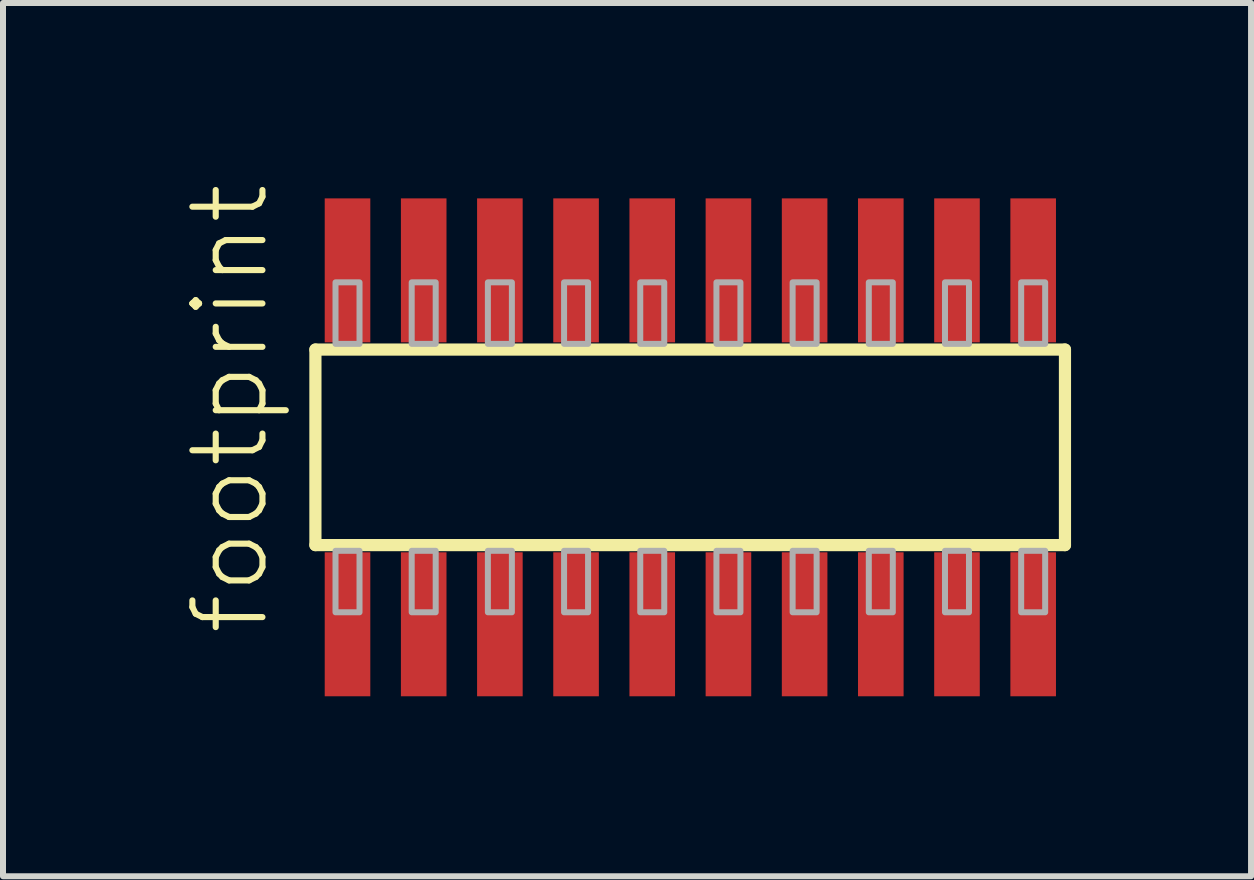
<source format=kicad_pcb>
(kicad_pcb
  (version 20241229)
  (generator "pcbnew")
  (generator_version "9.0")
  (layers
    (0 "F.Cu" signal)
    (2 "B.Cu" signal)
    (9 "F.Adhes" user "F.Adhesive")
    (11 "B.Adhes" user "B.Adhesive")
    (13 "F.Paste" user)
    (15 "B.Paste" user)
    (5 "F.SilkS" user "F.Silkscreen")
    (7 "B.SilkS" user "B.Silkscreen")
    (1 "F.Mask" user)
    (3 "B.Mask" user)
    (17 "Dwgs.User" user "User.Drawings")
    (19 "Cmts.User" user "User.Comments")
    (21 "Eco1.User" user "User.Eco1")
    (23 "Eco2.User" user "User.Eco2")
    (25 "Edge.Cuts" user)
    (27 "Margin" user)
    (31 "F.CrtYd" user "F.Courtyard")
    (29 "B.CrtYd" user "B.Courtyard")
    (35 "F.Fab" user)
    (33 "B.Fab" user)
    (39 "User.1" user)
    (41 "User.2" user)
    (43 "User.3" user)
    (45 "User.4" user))
  (footprint "footprint"
    (layer "F.Cu")
    (at 8.458 4.407)
    (property "Reference" "footprint" (at -6.985 3.175 90) (layer "F.SilkS") (effects (font (size 1.168 1.168) (thickness 0.102)) (justify left bottom)))
    (fp_line (start -6.25 -1.63) (end 6.245 -1.63) (stroke (width 0.203) (type solid)) (layer "F.SilkS"))
    (fp_line (start -6.25 1.63) (end -6.25 -1.63) (stroke (width 0.203) (type solid)) (layer "F.SilkS"))
    (fp_line (start 6.245 -1.63) (end 6.245 1.63) (stroke (width 0.203) (type solid)) (layer "F.SilkS"))
    (fp_line (start 6.245 1.63) (end -6.25 1.63) (stroke (width 0.203) (type solid)) (layer "F.SilkS"))
    (fp_poly (pts (xy -5.915 -1.725) (xy -5.515 -1.725) (xy -5.515 -2.75) (xy -5.915 -2.75)) (stroke (width 0.1) (type solid)) (fill no) (layer "F.Fab"))
    (fp_poly (pts (xy -5.515 1.725) (xy -5.915 1.725) (xy -5.915 2.75) (xy -5.515 2.75)) (stroke (width 0.1) (type solid)) (fill no) (layer "F.Fab"))
    (fp_poly (pts (xy -4.645 -1.725) (xy -4.245 -1.725) (xy -4.245 -2.75) (xy -4.645 -2.75)) (stroke (width 0.1) (type solid)) (fill no) (layer "F.Fab"))
    (fp_poly (pts (xy -4.245 1.725) (xy -4.645 1.725) (xy -4.645 2.75) (xy -4.245 2.75)) (stroke (width 0.1) (type solid)) (fill no) (layer "F.Fab"))
    (fp_poly (pts (xy -3.375 -1.725) (xy -2.975 -1.725) (xy -2.975 -2.75) (xy -3.375 -2.75)) (stroke (width 0.1) (type solid)) (fill no) (layer "F.Fab"))
    (fp_poly (pts (xy -2.975 1.725) (xy -3.375 1.725) (xy -3.375 2.75) (xy -2.975 2.75)) (stroke (width 0.1) (type solid)) (fill no) (layer "F.Fab"))
    (fp_poly (pts (xy -2.105 -1.725) (xy -1.705 -1.725) (xy -1.705 -2.75) (xy -2.105 -2.75)) (stroke (width 0.1) (type solid)) (fill no) (layer "F.Fab"))
    (fp_poly (pts (xy -1.705 1.725) (xy -2.105 1.725) (xy -2.105 2.75) (xy -1.705 2.75)) (stroke (width 0.1) (type solid)) (fill no) (layer "F.Fab"))
    (fp_poly (pts (xy -0.835 -1.725) (xy -0.435 -1.725) (xy -0.435 -2.75) (xy -0.835 -2.75)) (stroke (width 0.1) (type solid)) (fill no) (layer "F.Fab"))
    (fp_poly (pts (xy -0.435 1.725) (xy -0.835 1.725) (xy -0.835 2.75) (xy -0.435 2.75)) (stroke (width 0.1) (type solid)) (fill no) (layer "F.Fab"))
    (fp_poly (pts (xy 0.435 -1.725) (xy 0.835 -1.725) (xy 0.835 -2.75) (xy 0.435 -2.75)) (stroke (width 0.1) (type solid)) (fill no) (layer "F.Fab"))
    (fp_poly (pts (xy 0.835 1.725) (xy 0.435 1.725) (xy 0.435 2.75) (xy 0.835 2.75)) (stroke (width 0.1) (type solid)) (fill no) (layer "F.Fab"))
    (fp_poly (pts (xy 1.705 -1.725) (xy 2.105 -1.725) (xy 2.105 -2.75) (xy 1.705 -2.75)) (stroke (width 0.1) (type solid)) (fill no) (layer "F.Fab"))
    (fp_poly (pts (xy 2.105 1.725) (xy 1.705 1.725) (xy 1.705 2.75) (xy 2.105 2.75)) (stroke (width 0.1) (type solid)) (fill no) (layer "F.Fab"))
    (fp_poly (pts (xy 2.975 -1.725) (xy 3.375 -1.725) (xy 3.375 -2.75) (xy 2.975 -2.75)) (stroke (width 0.1) (type solid)) (fill no) (layer "F.Fab"))
    (fp_poly (pts (xy 3.375 1.725) (xy 2.975 1.725) (xy 2.975 2.75) (xy 3.375 2.75)) (stroke (width 0.1) (type solid)) (fill no) (layer "F.Fab"))
    (fp_poly (pts (xy 4.245 -1.725) (xy 4.645 -1.725) (xy 4.645 -2.75) (xy 4.245 -2.75)) (stroke (width 0.1) (type solid)) (fill no) (layer "F.Fab"))
    (fp_poly (pts (xy 4.645 1.725) (xy 4.245 1.725) (xy 4.245 2.75) (xy 4.645 2.75)) (stroke (width 0.1) (type solid)) (fill no) (layer "F.Fab"))
    (fp_poly (pts (xy 5.515 -1.725) (xy 5.915 -1.725) (xy 5.915 -2.75) (xy 5.515 -2.75)) (stroke (width 0.1) (type solid)) (fill no) (layer "F.Fab"))
    (fp_poly (pts (xy 5.915 1.725) (xy 5.515 1.725) (xy 5.515 2.75) (xy 5.915 2.75)) (stroke (width 0.1) (type solid)) (fill no) (layer "F.Fab"))
    (pad "1" smd rect (at -5.715 2.95) (size 0.76 2.4) (layers "F.Cu" "F.Mask" "F.Paste"))
    (pad "2" smd rect (at -5.715 -2.95) (size 0.76 2.4) (layers "F.Cu" "F.Mask" "F.Paste"))
    (pad "3" smd rect (at -4.445 2.95) (size 0.76 2.4) (layers "F.Cu" "F.Mask" "F.Paste"))
    (pad "4" smd rect (at -4.445 -2.95) (size 0.76 2.4) (layers "F.Cu" "F.Mask" "F.Paste"))
    (pad "5" smd rect (at -3.175 2.95) (size 0.76 2.4) (layers "F.Cu" "F.Mask" "F.Paste"))
    (pad "6" smd rect (at -3.175 -2.95) (size 0.76 2.4) (layers "F.Cu" "F.Mask" "F.Paste"))
    (pad "7" smd rect (at -1.905 2.95) (size 0.76 2.4) (layers "F.Cu" "F.Mask" "F.Paste"))
    (pad "8" smd rect (at -1.905 -2.95) (size 0.76 2.4) (layers "F.Cu" "F.Mask" "F.Paste"))
    (pad "9" smd rect (at -0.635 2.95) (size 0.76 2.4) (layers "F.Cu" "F.Mask" "F.Paste"))
    (pad "10" smd rect (at -0.635 -2.95) (size 0.76 2.4) (layers "F.Cu" "F.Mask" "F.Paste"))
    (pad "11" smd rect (at 0.635 2.95) (size 0.76 2.4) (layers "F.Cu" "F.Mask" "F.Paste"))
    (pad "12" smd rect (at 0.635 -2.95) (size 0.76 2.4) (layers "F.Cu" "F.Mask" "F.Paste"))
    (pad "13" smd rect (at 1.905 2.95) (size 0.76 2.4) (layers "F.Cu" "F.Mask" "F.Paste"))
    (pad "14" smd rect (at 1.905 -2.95) (size 0.76 2.4) (layers "F.Cu" "F.Mask" "F.Paste"))
    (pad "15" smd rect (at 3.175 2.95) (size 0.76 2.4) (layers "F.Cu" "F.Mask" "F.Paste"))
    (pad "16" smd rect (at 3.175 -2.95) (size 0.76 2.4) (layers "F.Cu" "F.Mask" "F.Paste"))
    (pad "17" smd rect (at 4.445 2.95) (size 0.76 2.4) (layers "F.Cu" "F.Mask" "F.Paste"))
    (pad "18" smd rect (at 4.445 -2.95) (size 0.76 2.4) (layers "F.Cu" "F.Mask" "F.Paste"))
    (pad "19" smd rect (at 5.715 2.95) (size 0.76 2.4) (layers "F.Cu" "F.Mask" "F.Paste"))
    (pad "20" smd rect (at 5.715 -2.95) (size 0.76 2.4) (layers "F.Cu" "F.Mask" "F.Paste")))
  (gr_rect
    (start -3 -3)
    (end 17.805 11.557)
    (stroke (width 0.1) (type default))
    (fill no)
    (layer "Edge.Cuts")))
</source>
